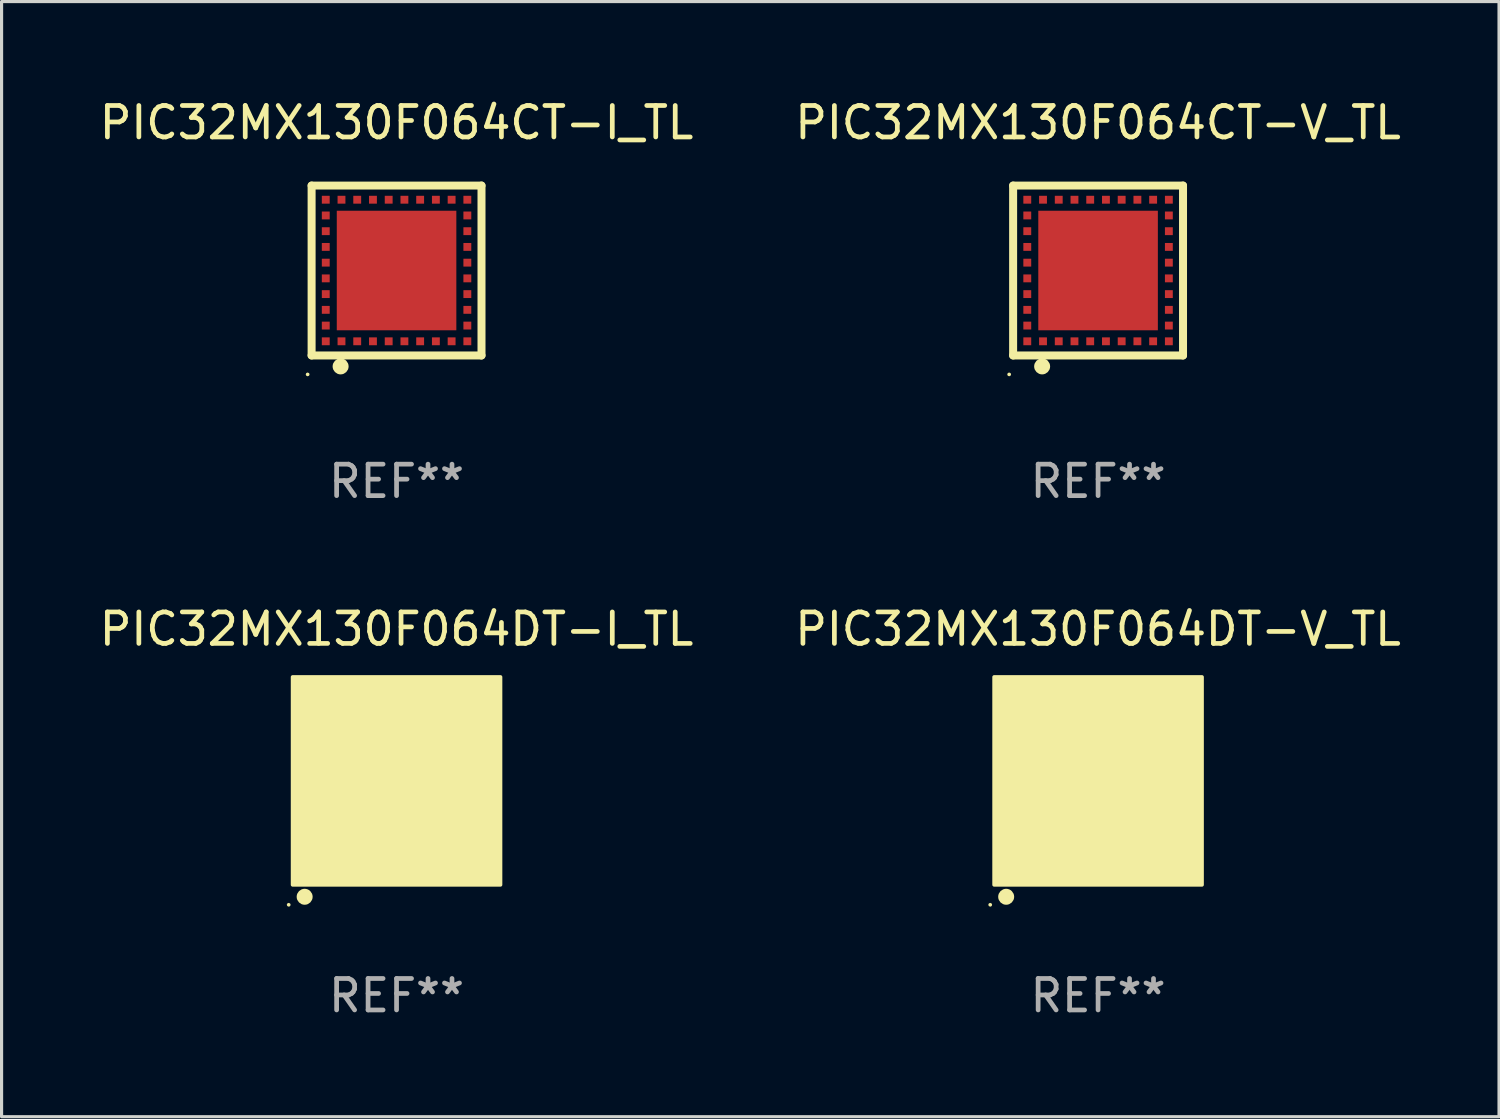
<source format=kicad_pcb>
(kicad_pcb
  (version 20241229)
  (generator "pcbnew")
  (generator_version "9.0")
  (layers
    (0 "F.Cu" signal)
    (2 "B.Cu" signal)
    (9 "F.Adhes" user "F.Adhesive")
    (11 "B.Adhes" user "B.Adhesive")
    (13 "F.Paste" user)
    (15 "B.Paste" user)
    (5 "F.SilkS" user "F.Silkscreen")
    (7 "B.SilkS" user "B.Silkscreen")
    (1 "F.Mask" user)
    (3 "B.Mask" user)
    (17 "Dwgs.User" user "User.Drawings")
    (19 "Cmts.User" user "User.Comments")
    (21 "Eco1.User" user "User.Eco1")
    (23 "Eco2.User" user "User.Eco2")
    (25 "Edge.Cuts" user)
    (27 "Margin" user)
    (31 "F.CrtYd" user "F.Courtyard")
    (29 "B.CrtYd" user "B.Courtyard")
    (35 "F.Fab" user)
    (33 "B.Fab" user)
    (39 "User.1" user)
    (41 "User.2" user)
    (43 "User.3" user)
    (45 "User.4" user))
  (footprint "PIC32MX130F064DT-V_TL"
    (layer "F.Cu")
    (at 31.851 21.77)
    (property "Reference" "PIC32MX130F064DT-V_TL" (at 0 -4.825 0) (layer "F.SilkS") (effects (font (size 1 1) (thickness 0.15))))
    (attr through_hole)
    (fp_circle (center -3.429 3.937) (end -3.399 3.937) (stroke (width 0.06) (type solid)) (fill no) (layer "F.SilkS"))
    (fp_circle (center -2.921 3.683) (end -2.794 3.683) (stroke (width 0.254) (type solid)) (fill no) (layer "F.SilkS"))
    (fp_poly (pts (xy -3.302 -3.302) (xy 3.302 -3.302) (xy 3.302 3.302) (xy -3.302 3.302)) (stroke (width 0.12) (type solid)) (fill yes) (layer "F.SilkS"))
    (fp_text user "REF**" (at 0 6.825 0) (layer "F.Fab") (effects (font (size 1 1) (thickness 0.15))))
    (pad "1" smd rect (at -2.25 2.825) (size 0.3 0.45) (layers "F.Cu" "F.Mask" "F.Paste"))
    (pad "2" smd rect (at -1.75 2.825) (size 0.3 0.45) (layers "F.Cu" "F.Mask" "F.Paste"))
    (pad "3" smd rect (at -1.25 2.825) (size 0.3 0.45) (layers "F.Cu" "F.Mask" "F.Paste"))
    (pad "4" smd rect (at -0.75 2.825) (size 0.3 0.45) (layers "F.Cu" "F.Mask" "F.Paste"))
    (pad "5" smd rect (at -0.25 2.825) (size 0.3 0.45) (layers "F.Cu" "F.Mask" "F.Paste"))
    (pad "6" smd rect (at 0.25 2.825) (size 0.3 0.45) (layers "F.Cu" "F.Mask" "F.Paste"))
    (pad "7" smd rect (at 0.75 2.825) (size 0.3 0.45) (layers "F.Cu" "F.Mask" "F.Paste"))
    (pad "8" smd rect (at 1.25 2.825) (size 0.3 0.45) (layers "F.Cu" "F.Mask" "F.Paste"))
    (pad "9" smd rect (at 1.75 2.825) (size 0.3 0.45) (layers "F.Cu" "F.Mask" "F.Paste"))
    (pad "10" smd rect (at 2.25 2.825) (size 0.3 0.45) (layers "F.Cu" "F.Mask" "F.Paste"))
    (pad "11" smd rect (at 2.825 2.825 90) (size 0.45 0.45) (layers "F.Cu" "F.Mask" "F.Paste"))
    (pad "12" smd rect (at 2.825 2.25 90) (size 0.3 0.45) (layers "F.Cu" "F.Mask" "F.Paste"))
    (pad "13" smd rect (at 2.825 1.75 90) (size 0.3 0.45) (layers "F.Cu" "F.Mask" "F.Paste"))
    (pad "14" smd rect (at 2.825 1.25 90) (size 0.3 0.45) (layers "F.Cu" "F.Mask" "F.Paste"))
    (pad "15" smd rect (at 2.825 0.75 90) (size 0.3 0.45) (layers "F.Cu" "F.Mask" "F.Paste"))
    (pad "16" smd rect (at 2.825 0.25 90) (size 0.3 0.45) (layers "F.Cu" "F.Mask" "F.Paste"))
    (pad "17" smd rect (at 2.825 -0.25 90) (size 0.3 0.45) (layers "F.Cu" "F.Mask" "F.Paste"))
    (pad "18" smd rect (at 2.825 -0.75 90) (size 0.3 0.45) (layers "F.Cu" "F.Mask" "F.Paste"))
    (pad "19" smd rect (at 2.825 -1.25 90) (size 0.3 0.45) (layers "F.Cu" "F.Mask" "F.Paste"))
    (pad "20" smd rect (at 2.825 -1.75 90) (size 0.3 0.45) (layers "F.Cu" "F.Mask" "F.Paste"))
    (pad "21" smd rect (at 2.825 -2.25 90) (size 0.3 0.45) (layers "F.Cu" "F.Mask" "F.Paste"))
    (pad "22" smd rect (at 2.825 -2.825 90) (size 0.45 0.45) (layers "F.Cu" "F.Mask" "F.Paste"))
    (pad "23" smd rect (at 2.25 -2.825) (size 0.3 0.45) (layers "F.Cu" "F.Mask" "F.Paste"))
    (pad "24" smd rect (at 1.75 -2.825) (size 0.3 0.45) (layers "F.Cu" "F.Mask" "F.Paste"))
    (pad "25" smd rect (at 1.25 -2.825) (size 0.3 0.45) (layers "F.Cu" "F.Mask" "F.Paste"))
    (pad "26" smd rect (at 0.75 -2.825) (size 0.3 0.45) (layers "F.Cu" "F.Mask" "F.Paste"))
    (pad "27" smd rect (at 0.25 -2.825) (size 0.3 0.45) (layers "F.Cu" "F.Mask" "F.Paste"))
    (pad "28" smd rect (at -0.25 -2.825) (size 0.3 0.45) (layers "F.Cu" "F.Mask" "F.Paste"))
    (pad "29" smd rect (at -0.75 -2.825) (size 0.3 0.45) (layers "F.Cu" "F.Mask" "F.Paste"))
    (pad "30" smd rect (at -1.25 -2.825) (size 0.3 0.45) (layers "F.Cu" "F.Mask" "F.Paste"))
    (pad "31" smd rect (at -1.75 -2.825) (size 0.3 0.45) (layers "F.Cu" "F.Mask" "F.Paste"))
    (pad "32" smd rect (at -2.25 -2.825) (size 0.3 0.45) (layers "F.Cu" "F.Mask" "F.Paste"))
    (pad "33" smd rect (at -2.825 -2.825 90) (size 0.45 0.45) (layers "F.Cu" "F.Mask" "F.Paste"))
    (pad "34" smd rect (at -2.825 -2.25 90) (size 0.3 0.45) (layers "F.Cu" "F.Mask" "F.Paste"))
    (pad "35" smd rect (at -2.825 -1.75 90) (size 0.3 0.45) (layers "F.Cu" "F.Mask" "F.Paste"))
    (pad "36" smd rect (at -2.825 -1.25 90) (size 0.3 0.45) (layers "F.Cu" "F.Mask" "F.Paste"))
    (pad "37" smd rect (at -2.825 -0.75 90) (size 0.3 0.45) (layers "F.Cu" "F.Mask" "F.Paste"))
    (pad "38" smd rect (at -2.825 -0.25 90) (size 0.3 0.45) (layers "F.Cu" "F.Mask" "F.Paste"))
    (pad "39" smd rect (at -2.825 0.25 90) (size 0.3 0.45) (layers "F.Cu" "F.Mask" "F.Paste"))
    (pad "40" smd rect (at -2.825 0.75 90) (size 0.3 0.45) (layers "F.Cu" "F.Mask" "F.Paste"))
    (pad "41" smd rect (at -2.825 1.25 90) (size 0.3 0.45) (layers "F.Cu" "F.Mask" "F.Paste"))
    (pad "42" smd rect (at -2.825 1.75 90) (size 0.3 0.45) (layers "F.Cu" "F.Mask" "F.Paste"))
    (pad "43" smd rect (at -2.825 2.25 90) (size 0.3 0.45) (layers "F.Cu" "F.Mask" "F.Paste"))
    (pad "44" smd rect (at -2.825 2.825 90) (size 0.45 0.45) (layers "F.Cu" "F.Mask" "F.Paste"))
    (pad "45" smd rect (at 0 0 90) (size 4.6 4.6) (layers "F.Cu" "F.Mask" "F.Paste")))
  (footprint "PIC32MX130F064CT-V_TL"
    (layer "F.Cu")
    (at 31.851 5.548)
    (property "Reference" "PIC32MX130F064CT-V_TL" (at 0 -4.7 0) (layer "F.SilkS") (effects (font (size 1 1) (thickness 0.15))))
    (attr through_hole)
    (fp_line (start -2.7 -2.7) (end 2.7 -2.7) (stroke (width 0.254) (type solid)) (layer "F.SilkS"))
    (fp_line (start -2.7 2.7) (end -2.7 -2.7) (stroke (width 0.254) (type solid)) (layer "F.SilkS"))
    (fp_line (start 2.7 -2.7) (end 2.7 2.7) (stroke (width 0.254) (type solid)) (layer "F.SilkS"))
    (fp_line (start 2.7 2.7) (end -2.7 2.7) (stroke (width 0.254) (type solid)) (layer "F.SilkS"))
    (fp_circle (center -2.827 3.302) (end -2.797 3.302) (stroke (width 0.06) (type solid)) (fill no) (layer "F.SilkS"))
    (fp_circle (center -1.778 3.048) (end -1.651 3.048) (stroke (width 0.254) (type solid)) (fill no) (layer "F.SilkS"))
    (fp_text user "REF**" (at 0 6.7 0) (layer "F.Fab") (effects (font (size 1 1) (thickness 0.15))))
    (pad "1" smd rect (at -1.75 2.25) (size 0.25 0.25) (layers "F.Cu" "F.Mask" "F.Paste"))
    (pad "2" smd rect (at -1.25 2.25) (size 0.25 0.25) (layers "F.Cu" "F.Mask" "F.Paste"))
    (pad "3" smd rect (at -0.75 2.25) (size 0.25 0.25) (layers "F.Cu" "F.Mask" "F.Paste"))
    (pad "4" smd rect (at -0.25 2.25) (size 0.25 0.25) (layers "F.Cu" "F.Mask" "F.Paste"))
    (pad "5" smd rect (at 0.25 2.25) (size 0.25 0.25) (layers "F.Cu" "F.Mask" "F.Paste"))
    (pad "6" smd rect (at 0.75 2.25) (size 0.25 0.25) (layers "F.Cu" "F.Mask" "F.Paste"))
    (pad "7" smd rect (at 1.25 2.25) (size 0.25 0.25) (layers "F.Cu" "F.Mask" "F.Paste"))
    (pad "8" smd rect (at 1.75 2.25) (size 0.25 0.25) (layers "F.Cu" "F.Mask" "F.Paste"))
    (pad "9" smd rect (at 2.25 2.25) (size 0.25 0.25) (layers "F.Cu" "F.Mask" "F.Paste"))
    (pad "10" smd rect (at 2.25 1.75) (size 0.25 0.25) (layers "F.Cu" "F.Mask" "F.Paste"))
    (pad "11" smd rect (at 2.25 1.25) (size 0.25 0.25) (layers "F.Cu" "F.Mask" "F.Paste"))
    (pad "12" smd rect (at 2.25 0.75) (size 0.25 0.25) (layers "F.Cu" "F.Mask" "F.Paste"))
    (pad "13" smd rect (at 2.25 0.25) (size 0.25 0.25) (layers "F.Cu" "F.Mask" "F.Paste"))
    (pad "14" smd rect (at 2.25 -0.25) (size 0.25 0.25) (layers "F.Cu" "F.Mask" "F.Paste"))
    (pad "15" smd rect (at 2.25 -0.75) (size 0.25 0.25) (layers "F.Cu" "F.Mask" "F.Paste"))
    (pad "16" smd rect (at 2.25 -1.25) (size 0.25 0.25) (layers "F.Cu" "F.Mask" "F.Paste"))
    (pad "17" smd rect (at 2.25 -1.75) (size 0.25 0.25) (layers "F.Cu" "F.Mask" "F.Paste"))
    (pad "18" smd rect (at 2.25 -2.25) (size 0.25 0.25) (layers "F.Cu" "F.Mask" "F.Paste"))
    (pad "19" smd rect (at 1.75 -2.25) (size 0.25 0.25) (layers "F.Cu" "F.Mask" "F.Paste"))
    (pad "20" smd rect (at 1.25 -2.25) (size 0.25 0.25) (layers "F.Cu" "F.Mask" "F.Paste"))
    (pad "21" smd rect (at 0.75 -2.25) (size 0.25 0.25) (layers "F.Cu" "F.Mask" "F.Paste"))
    (pad "22" smd rect (at 0.25 -2.25) (size 0.25 0.25) (layers "F.Cu" "F.Mask" "F.Paste"))
    (pad "23" smd rect (at -0.25 -2.25) (size 0.25 0.25) (layers "F.Cu" "F.Mask" "F.Paste"))
    (pad "24" smd rect (at -0.75 -2.25) (size 0.25 0.25) (layers "F.Cu" "F.Mask" "F.Paste"))
    (pad "25" smd rect (at -1.25 -2.25) (size 0.25 0.25) (layers "F.Cu" "F.Mask" "F.Paste"))
    (pad "26" smd rect (at -1.75 -2.25) (size 0.25 0.25) (layers "F.Cu" "F.Mask" "F.Paste"))
    (pad "27" smd rect (at -2.25 -2.25) (size 0.25 0.25) (layers "F.Cu" "F.Mask" "F.Paste"))
    (pad "28" smd rect (at -2.25 -1.75) (size 0.25 0.25) (layers "F.Cu" "F.Mask" "F.Paste"))
    (pad "29" smd rect (at -2.25 -1.25) (size 0.25 0.25) (layers "F.Cu" "F.Mask" "F.Paste"))
    (pad "30" smd rect (at -2.25 -0.75) (size 0.25 0.25) (layers "F.Cu" "F.Mask" "F.Paste"))
    (pad "31" smd rect (at -2.25 -0.25) (size 0.25 0.25) (layers "F.Cu" "F.Mask" "F.Paste"))
    (pad "32" smd rect (at -2.25 0.25) (size 0.25 0.25) (layers "F.Cu" "F.Mask" "F.Paste"))
    (pad "33" smd rect (at -2.25 0.75) (size 0.25 0.25) (layers "F.Cu" "F.Mask" "F.Paste"))
    (pad "34" smd rect (at -2.25 1.25) (size 0.25 0.25) (layers "F.Cu" "F.Mask" "F.Paste"))
    (pad "35" smd rect (at -2.25 1.75) (size 0.25 0.25) (layers "F.Cu" "F.Mask" "F.Paste"))
    (pad "36" smd rect (at -2.25 2.25) (size 0.25 0.25) (layers "F.Cu" "F.Mask" "F.Paste"))
    (pad "37" smd rect (at 0.000127 -0.000076) (size 3.8 3.8) (layers "F.Cu" "F.Mask" "F.Paste")))
  (footprint "PIC32MX130F064DT-I_TL"
    (layer "F.Cu")
    (at 9.554 21.77)
    (property "Reference" "PIC32MX130F064DT-I_TL" (at 0 -4.825 0) (layer "F.SilkS") (effects (font (size 1 1) (thickness 0.15))))
    (attr through_hole)
    (fp_circle (center -3.429 3.937) (end -3.399 3.937) (stroke (width 0.06) (type solid)) (fill no) (layer "F.SilkS"))
    (fp_circle (center -2.921 3.683) (end -2.794 3.683) (stroke (width 0.254) (type solid)) (fill no) (layer "F.SilkS"))
    (fp_poly (pts (xy -3.302 -3.302) (xy 3.302 -3.302) (xy 3.302 3.302) (xy -3.302 3.302)) (stroke (width 0.12) (type solid)) (fill yes) (layer "F.SilkS"))
    (fp_text user "REF**" (at 0 6.825 0) (layer "F.Fab") (effects (font (size 1 1) (thickness 0.15))))
    (pad "1" smd rect (at -2.25 2.825) (size 0.3 0.45) (layers "F.Cu" "F.Mask" "F.Paste"))
    (pad "2" smd rect (at -1.75 2.825) (size 0.3 0.45) (layers "F.Cu" "F.Mask" "F.Paste"))
    (pad "3" smd rect (at -1.25 2.825) (size 0.3 0.45) (layers "F.Cu" "F.Mask" "F.Paste"))
    (pad "4" smd rect (at -0.75 2.825) (size 0.3 0.45) (layers "F.Cu" "F.Mask" "F.Paste"))
    (pad "5" smd rect (at -0.25 2.825) (size 0.3 0.45) (layers "F.Cu" "F.Mask" "F.Paste"))
    (pad "6" smd rect (at 0.25 2.825) (size 0.3 0.45) (layers "F.Cu" "F.Mask" "F.Paste"))
    (pad "7" smd rect (at 0.75 2.825) (size 0.3 0.45) (layers "F.Cu" "F.Mask" "F.Paste"))
    (pad "8" smd rect (at 1.25 2.825) (size 0.3 0.45) (layers "F.Cu" "F.Mask" "F.Paste"))
    (pad "9" smd rect (at 1.75 2.825) (size 0.3 0.45) (layers "F.Cu" "F.Mask" "F.Paste"))
    (pad "10" smd rect (at 2.25 2.825) (size 0.3 0.45) (layers "F.Cu" "F.Mask" "F.Paste"))
    (pad "11" smd rect (at 2.825 2.825 90) (size 0.45 0.45) (layers "F.Cu" "F.Mask" "F.Paste"))
    (pad "12" smd rect (at 2.825 2.25 90) (size 0.3 0.45) (layers "F.Cu" "F.Mask" "F.Paste"))
    (pad "13" smd rect (at 2.825 1.75 90) (size 0.3 0.45) (layers "F.Cu" "F.Mask" "F.Paste"))
    (pad "14" smd rect (at 2.825 1.25 90) (size 0.3 0.45) (layers "F.Cu" "F.Mask" "F.Paste"))
    (pad "15" smd rect (at 2.825 0.75 90) (size 0.3 0.45) (layers "F.Cu" "F.Mask" "F.Paste"))
    (pad "16" smd rect (at 2.825 0.25 90) (size 0.3 0.45) (layers "F.Cu" "F.Mask" "F.Paste"))
    (pad "17" smd rect (at 2.825 -0.25 90) (size 0.3 0.45) (layers "F.Cu" "F.Mask" "F.Paste"))
    (pad "18" smd rect (at 2.825 -0.75 90) (size 0.3 0.45) (layers "F.Cu" "F.Mask" "F.Paste"))
    (pad "19" smd rect (at 2.825 -1.25 90) (size 0.3 0.45) (layers "F.Cu" "F.Mask" "F.Paste"))
    (pad "20" smd rect (at 2.825 -1.75 90) (size 0.3 0.45) (layers "F.Cu" "F.Mask" "F.Paste"))
    (pad "21" smd rect (at 2.825 -2.25 90) (size 0.3 0.45) (layers "F.Cu" "F.Mask" "F.Paste"))
    (pad "22" smd rect (at 2.825 -2.825 90) (size 0.45 0.45) (layers "F.Cu" "F.Mask" "F.Paste"))
    (pad "23" smd rect (at 2.25 -2.825) (size 0.3 0.45) (layers "F.Cu" "F.Mask" "F.Paste"))
    (pad "24" smd rect (at 1.75 -2.825) (size 0.3 0.45) (layers "F.Cu" "F.Mask" "F.Paste"))
    (pad "25" smd rect (at 1.25 -2.825) (size 0.3 0.45) (layers "F.Cu" "F.Mask" "F.Paste"))
    (pad "26" smd rect (at 0.75 -2.825) (size 0.3 0.45) (layers "F.Cu" "F.Mask" "F.Paste"))
    (pad "27" smd rect (at 0.25 -2.825) (size 0.3 0.45) (layers "F.Cu" "F.Mask" "F.Paste"))
    (pad "28" smd rect (at -0.25 -2.825) (size 0.3 0.45) (layers "F.Cu" "F.Mask" "F.Paste"))
    (pad "29" smd rect (at -0.75 -2.825) (size 0.3 0.45) (layers "F.Cu" "F.Mask" "F.Paste"))
    (pad "30" smd rect (at -1.25 -2.825) (size 0.3 0.45) (layers "F.Cu" "F.Mask" "F.Paste"))
    (pad "31" smd rect (at -1.75 -2.825) (size 0.3 0.45) (layers "F.Cu" "F.Mask" "F.Paste"))
    (pad "32" smd rect (at -2.25 -2.825) (size 0.3 0.45) (layers "F.Cu" "F.Mask" "F.Paste"))
    (pad "33" smd rect (at -2.825 -2.825 90) (size 0.45 0.45) (layers "F.Cu" "F.Mask" "F.Paste"))
    (pad "34" smd rect (at -2.825 -2.25 90) (size 0.3 0.45) (layers "F.Cu" "F.Mask" "F.Paste"))
    (pad "35" smd rect (at -2.825 -1.75 90) (size 0.3 0.45) (layers "F.Cu" "F.Mask" "F.Paste"))
    (pad "36" smd rect (at -2.825 -1.25 90) (size 0.3 0.45) (layers "F.Cu" "F.Mask" "F.Paste"))
    (pad "37" smd rect (at -2.825 -0.75 90) (size 0.3 0.45) (layers "F.Cu" "F.Mask" "F.Paste"))
    (pad "38" smd rect (at -2.825 -0.25 90) (size 0.3 0.45) (layers "F.Cu" "F.Mask" "F.Paste"))
    (pad "39" smd rect (at -2.825 0.25 90) (size 0.3 0.45) (layers "F.Cu" "F.Mask" "F.Paste"))
    (pad "40" smd rect (at -2.825 0.75 90) (size 0.3 0.45) (layers "F.Cu" "F.Mask" "F.Paste"))
    (pad "41" smd rect (at -2.825 1.25 90) (size 0.3 0.45) (layers "F.Cu" "F.Mask" "F.Paste"))
    (pad "42" smd rect (at -2.825 1.75 90) (size 0.3 0.45) (layers "F.Cu" "F.Mask" "F.Paste"))
    (pad "43" smd rect (at -2.825 2.25 90) (size 0.3 0.45) (layers "F.Cu" "F.Mask" "F.Paste"))
    (pad "44" smd rect (at -2.825 2.825 90) (size 0.45 0.45) (layers "F.Cu" "F.Mask" "F.Paste"))
    (pad "45" smd rect (at 0 0 90) (size 4.6 4.6) (layers "F.Cu" "F.Mask" "F.Paste")))
  (footprint "PIC32MX130F064CT-I_TL"
    (layer "F.Cu")
    (at 9.554 5.548)
    (property "Reference" "PIC32MX130F064CT-I_TL" (at 0 -4.7 0) (layer "F.SilkS") (effects (font (size 1 1) (thickness 0.15))))
    (attr through_hole)
    (fp_line (start -2.7 -2.7) (end 2.7 -2.7) (stroke (width 0.254) (type solid)) (layer "F.SilkS"))
    (fp_line (start -2.7 2.7) (end -2.7 -2.7) (stroke (width 0.254) (type solid)) (layer "F.SilkS"))
    (fp_line (start 2.7 -2.7) (end 2.7 2.7) (stroke (width 0.254) (type solid)) (layer "F.SilkS"))
    (fp_line (start 2.7 2.7) (end -2.7 2.7) (stroke (width 0.254) (type solid)) (layer "F.SilkS"))
    (fp_circle (center -2.827 3.302) (end -2.797 3.302) (stroke (width 0.06) (type solid)) (fill no) (layer "F.SilkS"))
    (fp_circle (center -1.778 3.048) (end -1.651 3.048) (stroke (width 0.254) (type solid)) (fill no) (layer "F.SilkS"))
    (fp_text user "REF**" (at 0 6.7 0) (layer "F.Fab") (effects (font (size 1 1) (thickness 0.15))))
    (pad "1" smd rect (at -1.75 2.25) (size 0.25 0.25) (layers "F.Cu" "F.Mask" "F.Paste"))
    (pad "2" smd rect (at -1.25 2.25) (size 0.25 0.25) (layers "F.Cu" "F.Mask" "F.Paste"))
    (pad "3" smd rect (at -0.75 2.25) (size 0.25 0.25) (layers "F.Cu" "F.Mask" "F.Paste"))
    (pad "4" smd rect (at -0.25 2.25) (size 0.25 0.25) (layers "F.Cu" "F.Mask" "F.Paste"))
    (pad "5" smd rect (at 0.25 2.25) (size 0.25 0.25) (layers "F.Cu" "F.Mask" "F.Paste"))
    (pad "6" smd rect (at 0.75 2.25) (size 0.25 0.25) (layers "F.Cu" "F.Mask" "F.Paste"))
    (pad "7" smd rect (at 1.25 2.25) (size 0.25 0.25) (layers "F.Cu" "F.Mask" "F.Paste"))
    (pad "8" smd rect (at 1.75 2.25) (size 0.25 0.25) (layers "F.Cu" "F.Mask" "F.Paste"))
    (pad "9" smd rect (at 2.25 2.25) (size 0.25 0.25) (layers "F.Cu" "F.Mask" "F.Paste"))
    (pad "10" smd rect (at 2.25 1.75) (size 0.25 0.25) (layers "F.Cu" "F.Mask" "F.Paste"))
    (pad "11" smd rect (at 2.25 1.25) (size 0.25 0.25) (layers "F.Cu" "F.Mask" "F.Paste"))
    (pad "12" smd rect (at 2.25 0.75) (size 0.25 0.25) (layers "F.Cu" "F.Mask" "F.Paste"))
    (pad "13" smd rect (at 2.25 0.25) (size 0.25 0.25) (layers "F.Cu" "F.Mask" "F.Paste"))
    (pad "14" smd rect (at 2.25 -0.25) (size 0.25 0.25) (layers "F.Cu" "F.Mask" "F.Paste"))
    (pad "15" smd rect (at 2.25 -0.75) (size 0.25 0.25) (layers "F.Cu" "F.Mask" "F.Paste"))
    (pad "16" smd rect (at 2.25 -1.25) (size 0.25 0.25) (layers "F.Cu" "F.Mask" "F.Paste"))
    (pad "17" smd rect (at 2.25 -1.75) (size 0.25 0.25) (layers "F.Cu" "F.Mask" "F.Paste"))
    (pad "18" smd rect (at 2.25 -2.25) (size 0.25 0.25) (layers "F.Cu" "F.Mask" "F.Paste"))
    (pad "19" smd rect (at 1.75 -2.25) (size 0.25 0.25) (layers "F.Cu" "F.Mask" "F.Paste"))
    (pad "20" smd rect (at 1.25 -2.25) (size 0.25 0.25) (layers "F.Cu" "F.Mask" "F.Paste"))
    (pad "21" smd rect (at 0.75 -2.25) (size 0.25 0.25) (layers "F.Cu" "F.Mask" "F.Paste"))
    (pad "22" smd rect (at 0.25 -2.25) (size 0.25 0.25) (layers "F.Cu" "F.Mask" "F.Paste"))
    (pad "23" smd rect (at -0.25 -2.25) (size 0.25 0.25) (layers "F.Cu" "F.Mask" "F.Paste"))
    (pad "24" smd rect (at -0.75 -2.25) (size 0.25 0.25) (layers "F.Cu" "F.Mask" "F.Paste"))
    (pad "25" smd rect (at -1.25 -2.25) (size 0.25 0.25) (layers "F.Cu" "F.Mask" "F.Paste"))
    (pad "26" smd rect (at -1.75 -2.25) (size 0.25 0.25) (layers "F.Cu" "F.Mask" "F.Paste"))
    (pad "27" smd rect (at -2.25 -2.25) (size 0.25 0.25) (layers "F.Cu" "F.Mask" "F.Paste"))
    (pad "28" smd rect (at -2.25 -1.75) (size 0.25 0.25) (layers "F.Cu" "F.Mask" "F.Paste"))
    (pad "29" smd rect (at -2.25 -1.25) (size 0.25 0.25) (layers "F.Cu" "F.Mask" "F.Paste"))
    (pad "30" smd rect (at -2.25 -0.75) (size 0.25 0.25) (layers "F.Cu" "F.Mask" "F.Paste"))
    (pad "31" smd rect (at -2.25 -0.25) (size 0.25 0.25) (layers "F.Cu" "F.Mask" "F.Paste"))
    (pad "32" smd rect (at -2.25 0.25) (size 0.25 0.25) (layers "F.Cu" "F.Mask" "F.Paste"))
    (pad "33" smd rect (at -2.25 0.75) (size 0.25 0.25) (layers "F.Cu" "F.Mask" "F.Paste"))
    (pad "34" smd rect (at -2.25 1.25) (size 0.25 0.25) (layers "F.Cu" "F.Mask" "F.Paste"))
    (pad "35" smd rect (at -2.25 1.75) (size 0.25 0.25) (layers "F.Cu" "F.Mask" "F.Paste"))
    (pad "36" smd rect (at -2.25 2.25) (size 0.25 0.25) (layers "F.Cu" "F.Mask" "F.Paste"))
    (pad "37" smd rect (at 0.000127 -0.000076) (size 3.8 3.8) (layers "F.Cu" "F.Mask" "F.Paste")))
  (gr_rect
    (start -3 -3)
    (end 44.595 32.443)
    (stroke (width 0.1) (type default))
    (fill no)
    (layer "Edge.Cuts")))
</source>
